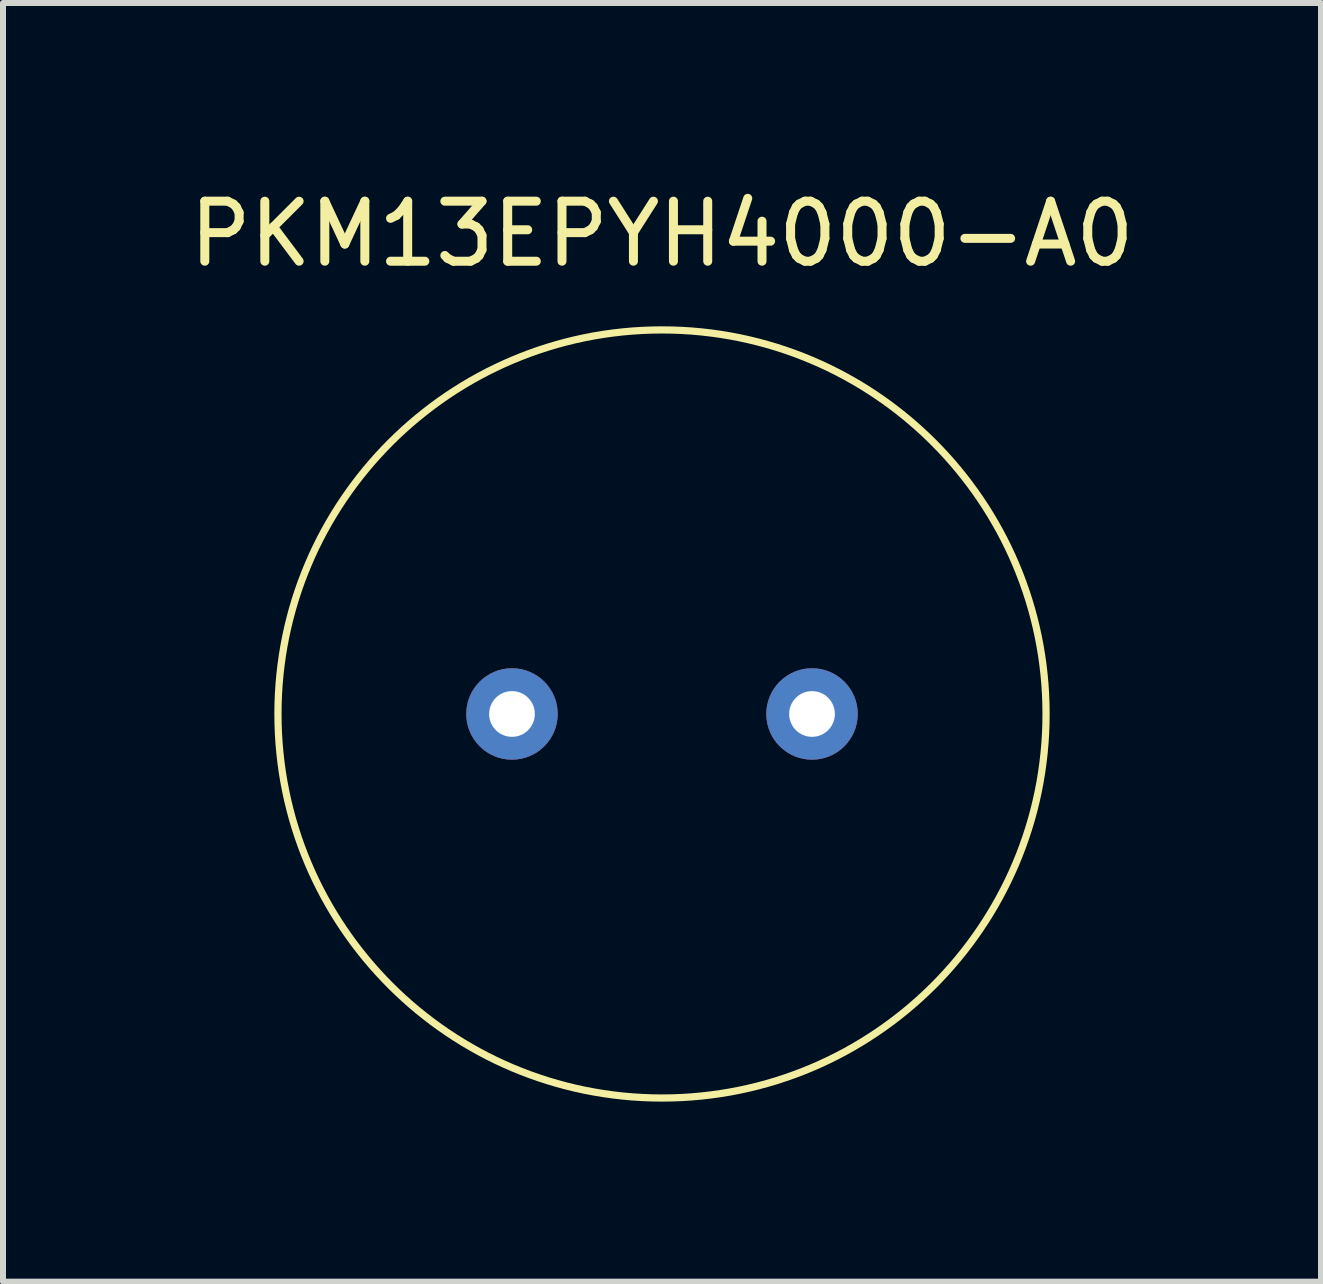
<source format=kicad_pcb>
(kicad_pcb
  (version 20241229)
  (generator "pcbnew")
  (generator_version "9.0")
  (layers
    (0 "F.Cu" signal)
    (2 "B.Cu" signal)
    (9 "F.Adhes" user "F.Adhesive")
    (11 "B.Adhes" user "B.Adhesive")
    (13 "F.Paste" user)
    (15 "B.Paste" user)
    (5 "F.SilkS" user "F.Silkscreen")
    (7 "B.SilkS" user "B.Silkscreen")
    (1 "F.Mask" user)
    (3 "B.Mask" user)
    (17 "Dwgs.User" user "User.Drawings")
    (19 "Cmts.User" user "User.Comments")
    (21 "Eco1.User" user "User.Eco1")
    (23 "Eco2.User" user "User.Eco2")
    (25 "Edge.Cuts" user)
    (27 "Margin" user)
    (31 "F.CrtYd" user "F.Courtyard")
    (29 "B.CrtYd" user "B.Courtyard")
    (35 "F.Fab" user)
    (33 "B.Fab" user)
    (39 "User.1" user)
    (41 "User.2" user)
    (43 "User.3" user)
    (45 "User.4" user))
  (footprint "PKM13EPYH4000-A0"
    (layer "F.Cu")
    (at 7.982 8.848)
    (property "Reference" "PKM13EPYH4000-A0" (at 0 -8 0) (unlocked yes) (layer "F.SilkS") (effects (font (size 1 1) (thickness 0.15))))
    (attr through_hole)
    (fp_circle (center 0 0) (end 6.4 0) (stroke (width 0.12) (type solid)) (fill no) (layer "F.SilkS"))
    (pad "1" thru_hole circle (at -2.5 0) (size 1.524 1.524) (drill 0.762) (layers "*.Cu" "*.Mask"))
    (pad "2" thru_hole circle (at 2.5 0) (size 1.524 1.524) (drill 0.762) (layers "*.Cu" "*.Mask")))
  (gr_rect
    (start -3 -3)
    (end 18.964 18.308)
    (stroke (width 0.1) (type default))
    (fill no)
    (layer "Edge.Cuts")))
</source>
